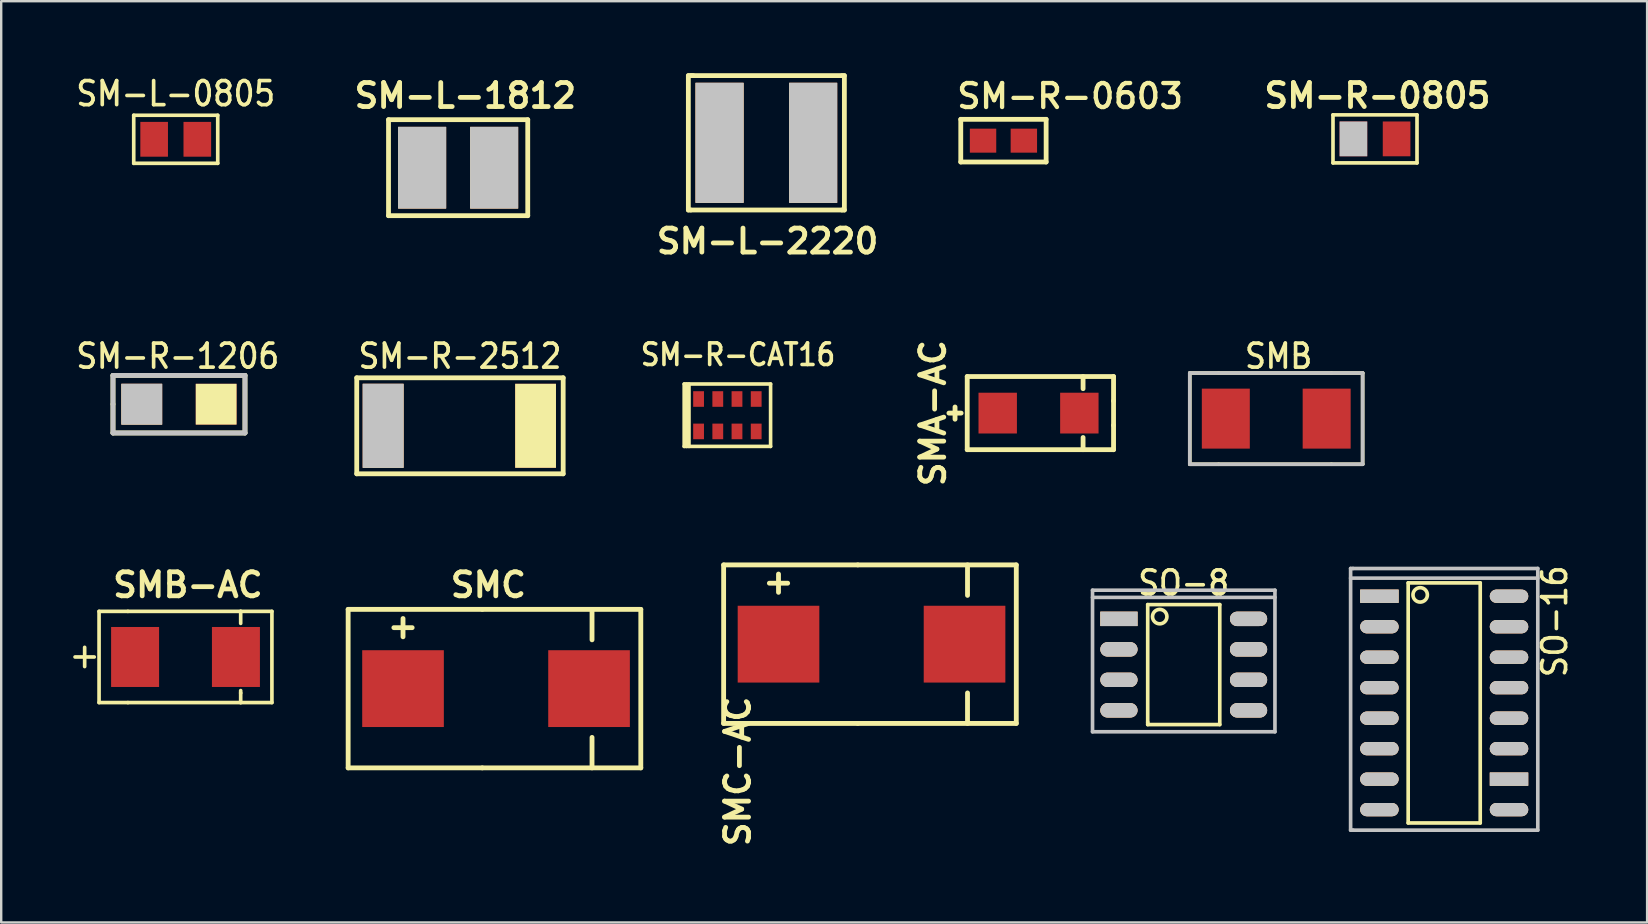
<source format=kicad_pcb>
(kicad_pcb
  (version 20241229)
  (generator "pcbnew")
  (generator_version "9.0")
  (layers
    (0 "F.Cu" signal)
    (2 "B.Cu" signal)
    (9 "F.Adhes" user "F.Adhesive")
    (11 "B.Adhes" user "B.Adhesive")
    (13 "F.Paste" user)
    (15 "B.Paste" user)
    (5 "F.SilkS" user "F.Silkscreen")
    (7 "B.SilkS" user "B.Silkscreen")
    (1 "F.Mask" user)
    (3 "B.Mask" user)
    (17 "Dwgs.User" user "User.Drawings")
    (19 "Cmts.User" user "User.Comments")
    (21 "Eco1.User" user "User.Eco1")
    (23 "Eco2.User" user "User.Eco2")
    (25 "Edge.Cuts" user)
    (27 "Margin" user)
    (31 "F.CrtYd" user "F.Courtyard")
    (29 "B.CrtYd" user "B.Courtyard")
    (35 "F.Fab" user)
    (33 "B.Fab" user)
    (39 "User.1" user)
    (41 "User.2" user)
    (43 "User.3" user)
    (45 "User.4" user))
  (footprint "SMA-AC"
    (layer "F.Cu")
    (at 38.515 14.16)
    (property "Reference" "SMA-AC" (at -2.7 0 90) (layer "F.SilkS") (effects (font (size 1 1) (thickness 0.2))))
    (attr through_hole)
    (fp_line (start -2.032 0) (end -1.524 0) (stroke (width 0.201) (type solid)) (layer "F.SilkS"))
    (fp_line (start -1.778 -0.254) (end -1.778 0.254) (stroke (width 0.201) (type solid)) (layer "F.SilkS"))
    (fp_line (start -1.27 -1.524) (end 4.826 -1.524) (stroke (width 0.2) (type solid)) (layer "F.SilkS"))
    (fp_line (start -1.27 1.524) (end -1.27 -1.524) (stroke (width 0.201) (type solid)) (layer "F.SilkS"))
    (fp_line (start -1.27 1.524) (end 4.826 1.524) (stroke (width 0.2) (type solid)) (layer "F.SilkS"))
    (fp_line (start 3.556 -1.524) (end 3.556 -1.016) (stroke (width 0.2) (type solid)) (layer "F.SilkS"))
    (fp_line (start 3.556 1.524) (end 3.556 1.016) (stroke (width 0.2) (type solid)) (layer "F.SilkS"))
    (fp_line (start 4.826 -0.508) (end 4.826 -1.524) (stroke (width 0.201) (type solid)) (layer "F.SilkS"))
    (fp_line (start 4.826 -0.508) (end 4.826 0.508) (stroke (width 0.2) (type solid)) (layer "F.SilkS"))
    (fp_line (start 4.826 0.508) (end 4.826 1.524) (stroke (width 0.201) (type solid)) (layer "F.SilkS"))
    (pad "A" smd rect (at 0 0) (size 1.6 1.699) (layers "F.Cu" "F.Mask" "F.Paste"))
    (pad "C" smd rect (at 3.401 0) (size 1.6 1.699) (layers "F.Cu" "F.Mask" "F.Paste")))
  (footprint "SMB-AC"
    (layer "F.Cu")
    (at 2.578 24.32)
    (property "Reference" "SMB-AC" (at 2.2 -3 180) (layer "F.SilkS") (effects (font (size 1 1) (thickness 0.2))))
    (attr through_hole)
    (fp_line (start -2.502 0) (end -1.702 0) (stroke (width 0.152) (type solid)) (layer "F.SilkS"))
    (fp_line (start -2.101 0) (end -2.101 -0.401) (stroke (width 0.152) (type solid)) (layer "F.SilkS"))
    (fp_line (start -2.101 0) (end -2.101 0.399) (stroke (width 0.152) (type solid)) (layer "F.SilkS"))
    (fp_line (start -1.501 -1.9) (end -1.501 1.9) (stroke (width 0.152) (type solid)) (layer "F.SilkS"))
    (fp_line (start -1.501 1.9) (end -0.3 1.9) (stroke (width 0.152) (type solid)) (layer "F.SilkS"))
    (fp_line (start -0.3 -1.9) (end -1.501 -1.9) (stroke (width 0.152) (type solid)) (layer "F.SilkS"))
    (fp_line (start -0.3 -1.9) (end 4.399 -1.9) (stroke (width 0.152) (type solid)) (layer "F.SilkS"))
    (fp_line (start 4.399 -1.9) (end 4.399 -1.4) (stroke (width 0.152) (type solid)) (layer "F.SilkS"))
    (fp_line (start 4.399 -1.9) (end 5.7 -1.9) (stroke (width 0.152) (type solid)) (layer "F.SilkS"))
    (fp_line (start 4.399 1.4) (end 4.399 1.501) (stroke (width 0.152) (type solid)) (layer "F.SilkS"))
    (fp_line (start 4.399 1.9) (end -0.3 1.9) (stroke (width 0.152) (type solid)) (layer "F.SilkS"))
    (fp_line (start 4.399 1.9) (end 4.399 1.501) (stroke (width 0.152) (type solid)) (layer "F.SilkS"))
    (fp_line (start 5.7 -1.9) (end 5.7 1.9) (stroke (width 0.152) (type solid)) (layer "F.SilkS"))
    (fp_line (start 5.7 1.9) (end 4.399 1.9) (stroke (width 0.152) (type solid)) (layer "F.SilkS"))
    (pad "A" smd rect (at 0 0) (size 1.999 2.499) (layers "F.Cu" "F.Mask" "F.Paste"))
    (pad "C" smd rect (at 4.201 0) (size 1.999 2.499) (layers "F.Cu" "F.Mask" "F.Paste")))
  (footprint "SM-R-CAT16"
    (layer "F.Cu")
    (at 27.253 14.248)
    (property "Reference" "SM-R-CAT16" (at 0.443 -2.522 0) (layer "F.SilkS") (effects (font (size 0.9 0.8) (thickness 0.15))))
    (attr smd)
    (fp_line (start -1.8 -1.3) (end -1.8 1.3) (stroke (width 0.15) (type solid)) (layer "F.SilkS"))
    (fp_line (start -1.8 1.3) (end 1.8 1.3) (stroke (width 0.15) (type solid)) (layer "F.SilkS"))
    (fp_line (start -1.7 -1.3) (end -1.7 1.3) (stroke (width 0.15) (type solid)) (layer "F.SilkS"))
    (fp_line (start -1.6 1.3) (end -1.6 -1.3) (stroke (width 0.15) (type solid)) (layer "F.SilkS"))
    (fp_line (start 1.8 -1.3) (end -1.8 -1.3) (stroke (width 0.15) (type solid)) (layer "F.SilkS"))
    (fp_line (start 1.8 1.3) (end 1.8 -1.3) (stroke (width 0.15) (type solid)) (layer "F.SilkS"))
    (pad "1" smd rect (at -1.2 0.675) (size 0.45 0.65) (layers "F.Cu" "F.Mask" "F.Paste"))
    (pad "2" smd rect (at -1.2 -0.675) (size 0.45 0.65) (layers "F.Cu" "F.Mask" "F.Paste"))
    (pad "3" smd rect (at -0.4 0.675) (size 0.45 0.65) (layers "F.Cu" "F.Mask" "F.Paste"))
    (pad "4" smd rect (at -0.4 -0.675) (size 0.45 0.65) (layers "F.Cu" "F.Mask" "F.Paste"))
    (pad "5" smd rect (at 0.4 0.675) (size 0.45 0.65) (layers "F.Cu" "F.Mask" "F.Paste"))
    (pad "6" smd rect (at 0.4 -0.675) (size 0.45 0.65) (layers "F.Cu" "F.Mask" "F.Paste"))
    (pad "7" smd rect (at 1.2 0.675) (size 0.45 0.65) (layers "F.Cu" "F.Mask" "F.Paste"))
    (pad "8" smd rect (at 1.2 -0.675) (size 0.45 0.65) (layers "F.Cu" "F.Mask" "F.Paste")))
  (footprint "SMC-AC"
    (layer "F.Cu")
    (at 29.383 23.786)
    (property "Reference" "SMC-AC" (at -1.7 5.3 90) (layer "F.SilkS") (effects (font (size 1 1) (thickness 0.2))))
    (attr through_hole)
    (fp_line (start -2.286 -3.302) (end -2.286 3.302) (stroke (width 0.201) (type solid)) (layer "F.SilkS"))
    (fp_line (start -0.381 -2.54) (end 0.381 -2.54) (stroke (width 0.201) (type solid)) (layer "F.SilkS"))
    (fp_line (start 0 -2.921) (end 0 -2.159) (stroke (width 0.201) (type solid)) (layer "F.SilkS"))
    (fp_line (start 3.302 -3.302) (end -2.286 -3.302) (stroke (width 0.201) (type solid)) (layer "F.SilkS"))
    (fp_line (start 3.302 -3.302) (end 9.906 -3.302) (stroke (width 0.201) (type solid)) (layer "F.SilkS"))
    (fp_line (start 3.302 3.302) (end -2.286 3.302) (stroke (width 0.201) (type solid)) (layer "F.SilkS"))
    (fp_line (start 7.874 -3.302) (end 7.874 -2.032) (stroke (width 0.201) (type solid)) (layer "F.SilkS"))
    (fp_line (start 7.874 3.302) (end 7.874 2.032) (stroke (width 0.201) (type solid)) (layer "F.SilkS"))
    (fp_line (start 9.906 -3.302) (end 9.906 3.302) (stroke (width 0.201) (type solid)) (layer "F.SilkS"))
    (fp_line (start 9.906 3.302) (end 3.302 3.302) (stroke (width 0.201) (type solid)) (layer "F.SilkS"))
    (pad "A" smd rect (at 0 0) (size 3.401 3.2) (layers "F.Cu" "F.Mask" "F.Paste"))
    (pad "C" smd rect (at 7.75 0) (size 3.401 3.2) (layers "F.Cu" "F.Mask" "F.Paste")))
  (footprint "SM-R-1206"
    (layer "F.Cu")
    (at 2.856 13.789)
    (property "Reference" "SM-R-1206" (at 1.5 -2 0) (layer "F.SilkS") (effects (font (size 1.001 0.899) (thickness 0.152))))
    (attr smd)
    (fp_line (start -1.199 -1.199) (end 4.3 -1.199) (stroke (width 0.201) (type solid)) (layer "F.SilkS"))
    (fp_line (start -1.199 0) (end -1.199 -1.199) (stroke (width 0.201) (type solid)) (layer "F.SilkS"))
    (fp_line (start -1.199 1.199) (end -1.199 0) (stroke (width 0.201) (type solid)) (layer "F.SilkS"))
    (fp_line (start 4.3 -1.199) (end 4.3 1.199) (stroke (width 0.201) (type solid)) (layer "F.SilkS"))
    (fp_line (start 4.3 1.199) (end -1.199 1.199) (stroke (width 0.201) (type solid)) (layer "F.SilkS"))
    (fp_line (start -1.199 -1.199) (end 4.3 -1.199) (stroke (width 0.201) (type solid)) (layer "Dwgs.User"))
    (fp_line (start -1.199 1.199) (end -1.199 -1.199) (stroke (width 0.201) (type solid)) (layer "Dwgs.User"))
    (fp_line (start 4.3 -1.199) (end 4.3 1.199) (stroke (width 0.201) (type solid)) (layer "Dwgs.User"))
    (fp_line (start 4.3 1.199) (end -1.199 1.199) (stroke (width 0.201) (type solid)) (layer "Dwgs.User"))
    (pad "1" smd rect (at 0 0) (size 1.699 1.699) (layers "F.Cu" "F.Mask" "F.SilkS" "F.Paste" "Dwgs.User"))
    (pad "2" smd rect (at 3.099 0) (size 1.699 1.699) (layers "F.Cu" "F.Mask" "F.SilkS" "F.Paste")))
  (footprint "SM-L-0805"
    (layer "F.Cu")
    (at 4.271 2.753)
    (property "Reference" "SM-L-0805" (at 0 -1.9 0) (layer "F.SilkS") (effects (font (size 1.001 0.899) (thickness 0.152))))
    (attr smd)
    (fp_line (start -1.75 -1.001) (end -1.75 1.001) (stroke (width 0.152) (type solid)) (layer "F.SilkS"))
    (fp_line (start -1.75 1.001) (end 1.75 1.001) (stroke (width 0.152) (type solid)) (layer "F.SilkS"))
    (fp_line (start 1.75 -1.001) (end -1.75 -1.001) (stroke (width 0.152) (type solid)) (layer "F.SilkS"))
    (fp_line (start 1.75 1.001) (end 1.75 -1.001) (stroke (width 0.152) (type solid)) (layer "F.SilkS"))
    (pad "1" smd rect (at -0.899 0) (size 1.151 1.45) (layers "F.Cu" "F.Mask" "F.Paste"))
    (pad "2" smd rect (at 0.899 0) (size 1.151 1.45) (layers "F.Cu" "F.Mask" "F.Paste")))
  (footprint "SM-R-0603"
    (layer "F.Cu")
    (at 38.754 2.81)
    (property "Reference" "SM-R-0603" (at -2.032 -1.27 0) (layer "F.SilkS") (effects (font (size 1 1) (thickness 0.18)) (justify left bottom)))
    (attr through_hole)
    (fp_line (start -1.778 -0.889) (end 1.778 -0.889) (stroke (width 0.2) (type solid)) (layer "F.SilkS"))
    (fp_line (start -1.778 0.889) (end -1.778 -0.889) (stroke (width 0.2) (type solid)) (layer "F.SilkS"))
    (fp_line (start 1.778 -0.889) (end 1.778 0.889) (stroke (width 0.2) (type solid)) (layer "F.SilkS"))
    (fp_line (start 1.778 0.889) (end -1.778 0.889) (stroke (width 0.2) (type solid)) (layer "F.SilkS"))
    (pad "1" smd rect (at -0.85 0) (size 1.1 1) (layers "F.Cu" "F.Mask" "F.Paste"))
    (pad "2" smd rect (at 0.85 0) (size 1.1 1) (layers "F.Cu" "F.Mask" "F.Paste")))
  (footprint "SO-8"
    (layer "F.Cu")
    (at 46.265 24.637)
    (property "Reference" "SO-8" (at 0 -3.4 0) (layer "F.SilkS") (effects (font (size 1.001 0.899) (thickness 0.152))))
    (attr smd)
    (fp_line (start -1.501 -2.499) (end 1.501 -2.499) (stroke (width 0.152) (type solid)) (layer "F.SilkS"))
    (fp_line (start -1.501 2.4) (end -1.501 -2.499) (stroke (width 0.152) (type solid)) (layer "F.SilkS"))
    (fp_line (start -1.501 2.499) (end -1.501 2.4) (stroke (width 0.152) (type solid)) (layer "F.SilkS"))
    (fp_line (start 1.501 -2.499) (end 1.501 2.499) (stroke (width 0.152) (type solid)) (layer "F.SilkS"))
    (fp_line (start 1.501 2.499) (end -1.501 2.499) (stroke (width 0.152) (type solid)) (layer "F.SilkS"))
    (fp_circle (center -1.001 -1.999) (end -0.701 -1.999) (stroke (width 0.152) (type solid)) (fill no) (layer "F.SilkS"))
    (fp_line (start -3.8 -3.099) (end 3.8 -3.099) (stroke (width 0.152) (type solid)) (layer "Dwgs.User"))
    (fp_line (start -3.8 -2.799) (end 3.8 -2.799) (stroke (width 0.152) (type solid)) (layer "Dwgs.User"))
    (fp_line (start -3.8 2.799) (end -3.8 -3.099) (stroke (width 0.152) (type solid)) (layer "Dwgs.User"))
    (fp_line (start 3.8 -3.099) (end 3.8 2.799) (stroke (width 0.152) (type solid)) (layer "Dwgs.User"))
    (fp_line (start 3.8 2.799) (end -3.8 2.799) (stroke (width 0.152) (type solid)) (layer "Dwgs.User"))
    (pad "1" smd rect (at -2.7 -1.905) (size 1.549 0.599) (layers "F.Cu" "F.Mask" "F.SilkS" "F.Paste" "Dwgs.User"))
    (pad "2" smd oval (at -2.7 -0.635) (size 1.549 0.599) (layers "F.Cu" "F.Mask" "F.SilkS" "F.Paste" "Dwgs.User"))
    (pad "3" smd oval (at -2.7 0.635) (size 1.549 0.599) (layers "F.Cu" "F.Mask" "F.SilkS" "F.Paste" "Dwgs.User"))
    (pad "4" smd oval (at -2.7 1.905) (size 1.549 0.599) (layers "F.Cu" "F.Mask" "F.SilkS" "F.Paste" "Dwgs.User"))
    (pad "5" smd oval (at 2.7 1.905) (size 1.549 0.599) (layers "F.Cu" "F.Mask" "F.SilkS" "F.Paste" "Dwgs.User"))
    (pad "6" smd oval (at 2.7 0.635) (size 1.549 0.599) (layers "F.Cu" "F.Mask" "F.SilkS" "F.Paste" "Dwgs.User"))
    (pad "7" smd oval (at 2.7 -0.635) (size 1.549 0.599) (layers "F.Cu" "F.Mask" "F.SilkS" "F.Paste" "Dwgs.User"))
    (pad "8" smd oval (at 2.7 -1.905) (size 1.549 0.599) (layers "F.Cu" "F.Mask" "F.SilkS" "F.Paste" "Dwgs.User")))
  (footprint "SMC"
    (layer "F.Cu")
    (at 13.74 25.638)
    (property "Reference" "SMC" (at 3.556 -4.318 0) (layer "F.SilkS") (effects (font (size 1 1) (thickness 0.2))))
    (attr through_hole)
    (fp_line (start -2.286 -3.302) (end -2.286 3.302) (stroke (width 0.201) (type solid)) (layer "F.SilkS"))
    (fp_line (start -0.381 -2.54) (end 0.381 -2.54) (stroke (width 0.201) (type solid)) (layer "F.SilkS"))
    (fp_line (start 0 -2.921) (end 0 -2.159) (stroke (width 0.201) (type solid)) (layer "F.SilkS"))
    (fp_line (start 3.302 -3.302) (end -2.286 -3.302) (stroke (width 0.201) (type solid)) (layer "F.SilkS"))
    (fp_line (start 3.302 -3.302) (end 9.906 -3.302) (stroke (width 0.201) (type solid)) (layer "F.SilkS"))
    (fp_line (start 3.302 3.302) (end -2.286 3.302) (stroke (width 0.201) (type solid)) (layer "F.SilkS"))
    (fp_line (start 7.874 -3.302) (end 7.874 -2.032) (stroke (width 0.201) (type solid)) (layer "F.SilkS"))
    (fp_line (start 7.874 3.302) (end 7.874 2.032) (stroke (width 0.201) (type solid)) (layer "F.SilkS"))
    (fp_line (start 9.906 -3.302) (end 9.906 3.302) (stroke (width 0.201) (type solid)) (layer "F.SilkS"))
    (fp_line (start 9.906 3.302) (end 3.302 3.302) (stroke (width 0.201) (type solid)) (layer "F.SilkS"))
    (pad "A" smd rect (at 0 0) (size 3.401 3.2) (layers "F.Cu" "F.Mask" "F.Paste"))
    (pad "C" smd rect (at 7.75 0) (size 3.401 3.2) (layers "F.Cu" "F.Mask" "F.Paste")))
  (footprint "SO-16"
    (layer "F.Cu")
    (at 57.116 26.234)
    (property "Reference" "SO-16" (at 4.6 -3.4 90) (layer "F.SilkS") (effects (font (size 1.001 0.899) (thickness 0.152))))
    (attr smd)
    (fp_line (start -1.501 -5.001) (end 1.501 -5.001) (stroke (width 0.152) (type solid)) (layer "F.SilkS"))
    (fp_line (start -1.501 5.001) (end -1.501 -5.001) (stroke (width 0.152) (type solid)) (layer "F.SilkS"))
    (fp_line (start 1.501 -5.001) (end 1.501 5.001) (stroke (width 0.152) (type solid)) (layer "F.SilkS"))
    (fp_line (start 1.501 5.001) (end -1.501 5.001) (stroke (width 0.152) (type solid)) (layer "F.SilkS"))
    (fp_circle (center -1.001 -4.501) (end -0.701 -4.501) (stroke (width 0.152) (type solid)) (fill no) (layer "F.SilkS"))
    (fp_line (start -3.899 -5.601) (end -3.899 5.301) (stroke (width 0.152) (type solid)) (layer "Dwgs.User"))
    (fp_line (start -3.899 -5.199) (end 3.899 -5.199) (stroke (width 0.152) (type solid)) (layer "Dwgs.User"))
    (fp_line (start -3.899 5.301) (end -3.8 5.301) (stroke (width 0.152) (type solid)) (layer "Dwgs.User"))
    (fp_line (start -3.8 -5.601) (end -3.899 -5.601) (stroke (width 0.152) (type solid)) (layer "Dwgs.User"))
    (fp_line (start -3.8 -5.601) (end 3.899 -5.601) (stroke (width 0.152) (type solid)) (layer "Dwgs.User"))
    (fp_line (start 3.899 -5.601) (end 3.899 5.301) (stroke (width 0.152) (type solid)) (layer "Dwgs.User"))
    (fp_line (start 3.899 5.301) (end -3.8 5.301) (stroke (width 0.152) (type solid)) (layer "Dwgs.User"))
    (pad "1" smd rect (at -2.7 -4.445) (size 1.6 0.551) (layers "F.Cu" "F.Mask" "F.SilkS" "F.Paste" "Dwgs.User"))
    (pad "2" smd oval (at -2.7 -3.175) (size 1.6 0.551) (layers "F.Cu" "F.Mask" "F.SilkS" "F.Paste" "Dwgs.User"))
    (pad "3" smd oval (at -2.7 -1.905) (size 1.6 0.551) (layers "F.Cu" "F.Mask" "F.SilkS" "F.Paste" "Dwgs.User"))
    (pad "4" smd oval (at -2.7 -0.635) (size 1.6 0.551) (layers "F.Cu" "F.Mask" "F.SilkS" "F.Paste" "Dwgs.User"))
    (pad "5" smd oval (at -2.7 0.635) (size 1.6 0.551) (layers "F.Cu" "F.Mask" "F.SilkS" "F.Paste" "Dwgs.User"))
    (pad "6" smd oval (at -2.7 1.905) (size 1.6 0.551) (layers "F.Cu" "F.Mask" "F.SilkS" "F.Paste" "Dwgs.User"))
    (pad "7" smd oval (at -2.7 3.175) (size 1.6 0.551) (layers "F.Cu" "F.Mask" "F.SilkS" "F.Paste" "Dwgs.User"))
    (pad "8" smd oval (at -2.7 4.445) (size 1.6 0.551) (layers "F.Cu" "F.Mask" "F.SilkS" "F.Paste" "Dwgs.User"))
    (pad "9" smd oval (at 2.7 4.445) (size 1.6 0.551) (layers "F.Cu" "F.Mask" "F.SilkS" "F.Paste" "Dwgs.User"))
    (pad "10" smd rect (at 2.7 3.175) (size 1.6 0.551) (layers "F.Cu" "F.Mask" "F.SilkS" "F.Paste" "Dwgs.User"))
    (pad "11" smd oval (at 2.7 1.905) (size 1.6 0.551) (layers "F.Cu" "F.Mask" "F.SilkS" "F.Paste" "Dwgs.User"))
    (pad "12" smd oval (at 2.7 0.635) (size 1.6 0.551) (layers "F.Cu" "F.Mask" "F.SilkS" "F.Paste" "Dwgs.User"))
    (pad "13" smd oval (at 2.7 -0.635) (size 1.6 0.551) (layers "F.Cu" "F.Mask" "F.SilkS" "F.Paste" "Dwgs.User"))
    (pad "14" smd oval (at 2.7 -1.905) (size 1.6 0.551) (layers "F.Cu" "F.Mask" "F.SilkS" "F.Paste" "Dwgs.User"))
    (pad "15" smd oval (at 2.7 -3.175) (size 1.6 0.551) (layers "F.Cu" "F.Mask" "F.SilkS" "F.Paste" "Dwgs.User"))
    (pad "16" smd oval (at 2.7 -4.445) (size 1.6 0.551) (layers "F.Cu" "F.Mask" "F.SilkS" "F.Paste" "Dwgs.User")))
  (footprint "SM-L-1812"
    (layer "F.Cu")
    (at 14.536 3.936)
    (property "Reference" "SM-L-1812" (at 1.8 -3 0) (layer "F.SilkS") (effects (font (size 1 1) (thickness 0.2))))
    (attr smd)
    (fp_line (start -1.4 -2) (end -1.4 2) (stroke (width 0.2) (type solid)) (layer "F.SilkS"))
    (fp_line (start -1.4 -2) (end 4.4 -2) (stroke (width 0.2) (type solid)) (layer "F.SilkS"))
    (fp_line (start -1.4 2) (end 4.4 2) (stroke (width 0.2) (type solid)) (layer "F.SilkS"))
    (fp_line (start 4.4 -2) (end 4.4 2) (stroke (width 0.2) (type solid)) (layer "F.SilkS"))
    (pad "1" smd rect (at 0 0) (size 2 3.4) (layers "F.Cu" "F.Mask" "F.SilkS" "F.Paste" "Dwgs.User"))
    (pad "2" smd rect (at 3 0) (size 2 3.4) (layers "F.Cu" "F.Mask" "F.SilkS" "F.Paste" "Dwgs.User")))
  (footprint "SMB"
    (layer "F.Cu")
    (at 48.018 14.39)
    (property "Reference" "SMB" (at 2.2 -2.601 0) (layer "F.SilkS") (effects (font (size 1.001 0.899) (thickness 0.152))))
    (attr through_hole)
    (fp_line (start -1.501 -1.9) (end -1.501 1.9) (stroke (width 0.152) (type solid)) (layer "F.SilkS"))
    (fp_line (start -1.501 1.9) (end -0.3 1.9) (stroke (width 0.152) (type solid)) (layer "F.SilkS"))
    (fp_line (start -0.3 -1.9) (end -1.501 -1.9) (stroke (width 0.152) (type solid)) (layer "F.SilkS"))
    (fp_line (start -0.3 -1.9) (end 4.399 -1.9) (stroke (width 0.152) (type solid)) (layer "F.SilkS"))
    (fp_line (start 4.399 -1.9) (end 5.7 -1.9) (stroke (width 0.152) (type solid)) (layer "F.SilkS"))
    (fp_line (start 4.399 1.9) (end -0.3 1.9) (stroke (width 0.152) (type solid)) (layer "F.SilkS"))
    (fp_line (start 5.7 -1.9) (end 5.7 1.9) (stroke (width 0.152) (type solid)) (layer "F.SilkS"))
    (fp_line (start 5.7 1.9) (end 4.399 1.9) (stroke (width 0.152) (type solid)) (layer "F.SilkS"))
    (fp_line (start -1.501 -1.9) (end 5.7 -1.9) (stroke (width 0.152) (type solid)) (layer "Dwgs.User"))
    (fp_line (start -1.501 1.9) (end -1.501 -1.9) (stroke (width 0.152) (type solid)) (layer "Dwgs.User"))
    (fp_line (start 5.7 -1.9) (end 5.7 1.9) (stroke (width 0.152) (type solid)) (layer "Dwgs.User"))
    (fp_line (start 5.7 1.9) (end -1.501 1.9) (stroke (width 0.152) (type solid)) (layer "Dwgs.User"))
    (pad "1" smd rect (at 4.201 0) (size 1.999 2.499) (layers "F.Cu" "F.Mask" "F.Paste"))
    (pad "2" smd rect (at 0 0) (size 1.999 2.499) (layers "F.Cu" "F.Mask" "F.Paste")))
  (footprint "SM-R-0805"
    (layer "F.Cu")
    (at 54.233 2.736)
    (property "Reference" "SM-R-0805" (at 0.1 -1.8 0) (layer "F.SilkS") (effects (font (size 1 1) (thickness 0.2))))
    (attr smd)
    (fp_line (start -1.75 -1.001) (end -1.75 1.001) (stroke (width 0.152) (type solid)) (layer "F.SilkS"))
    (fp_line (start -1.75 1.001) (end 1.75 1.001) (stroke (width 0.152) (type solid)) (layer "F.SilkS"))
    (fp_line (start 1.75 -1.001) (end -1.75 -1.001) (stroke (width 0.152) (type solid)) (layer "F.SilkS"))
    (fp_line (start 1.75 1.001) (end 1.75 -1.001) (stroke (width 0.152) (type solid)) (layer "F.SilkS"))
    (pad "1" smd rect (at -0.899 0) (size 1.151 1.45) (layers "F.Cu" "F.Mask" "F.Paste" "Dwgs.User"))
    (pad "2" smd rect (at 0.899 0) (size 1.151 1.45) (layers "F.Cu" "F.Mask" "F.Paste")))
  (footprint "SM-L-2220"
    (layer "F.Cu")
    (at 27.227 2.9)
    (property "Reference" "SM-L-2220" (at 1.7 4.1 0) (layer "F.SilkS") (effects (font (size 1 1) (thickness 0.2))))
    (attr smd)
    (fp_line (start -1.6 -2.8) (end -1.4 -2.8) (stroke (width 0.2) (type solid)) (layer "F.SilkS"))
    (fp_line (start -1.6 2.8) (end -1.6 -2.8) (stroke (width 0.2) (type solid)) (layer "F.SilkS"))
    (fp_line (start -1.5 -2.8) (end 4.8 -2.8) (stroke (width 0.2) (type solid)) (layer "F.SilkS"))
    (fp_line (start -1.5 2.8) (end -1.6 2.8) (stroke (width 0.2) (type solid)) (layer "F.SilkS"))
    (fp_line (start -1.5 2.8) (end 4.8 2.8) (stroke (width 0.2) (type solid)) (layer "F.SilkS"))
    (fp_line (start 4.8 2.8) (end 4.9 2.8) (stroke (width 0.2) (type solid)) (layer "F.SilkS"))
    (fp_line (start 4.9 -2.8) (end 4.8 -2.8) (stroke (width 0.2) (type solid)) (layer "F.SilkS"))
    (fp_line (start 4.9 2.8) (end 4.9 -2.8) (stroke (width 0.2) (type solid)) (layer "F.SilkS"))
    (pad "1" smd rect (at -0.3 0) (size 2 5) (layers "F.Cu" "F.Mask" "F.SilkS" "F.Paste" "Dwgs.User"))
    (pad "2" smd rect (at 3.6 0) (size 2 5) (layers "F.Cu" "F.Mask" "F.SilkS" "F.Paste" "Dwgs.User")))
  (footprint "SM-R-2512"
    (layer "F.Cu")
    (at 12.912 14.689)
    (property "Reference" "SM-R-2512" (at 3.2 -2.9 0) (layer "F.SilkS") (effects (font (size 1.001 0.899) (thickness 0.152))))
    (attr smd)
    (fp_line (start -1.1 -2) (end 7.5 -2) (stroke (width 0.2) (type solid)) (layer "F.SilkS"))
    (fp_line (start -1.1 2) (end -1.1 -2) (stroke (width 0.2) (type solid)) (layer "F.SilkS"))
    (fp_line (start -1.1 2) (end 7.5 2) (stroke (width 0.2) (type solid)) (layer "F.SilkS"))
    (fp_line (start 7.5 -2) (end 7.5 2) (stroke (width 0.2) (type solid)) (layer "F.SilkS"))
    (pad "1" smd rect (at 0 0) (size 1.7 3.5) (layers "F.Cu" "F.Mask" "F.SilkS" "F.Paste" "Dwgs.User"))
    (pad "2" smd rect (at 6.35 0) (size 1.7 3.5) (layers "F.Cu" "F.Mask" "F.SilkS" "F.Paste")))
  (gr_rect
    (start -3 -3)
    (end 65.569 35.381)
    (stroke (width 0.1) (type default))
    (fill no)
    (layer "Edge.Cuts")))
</source>
